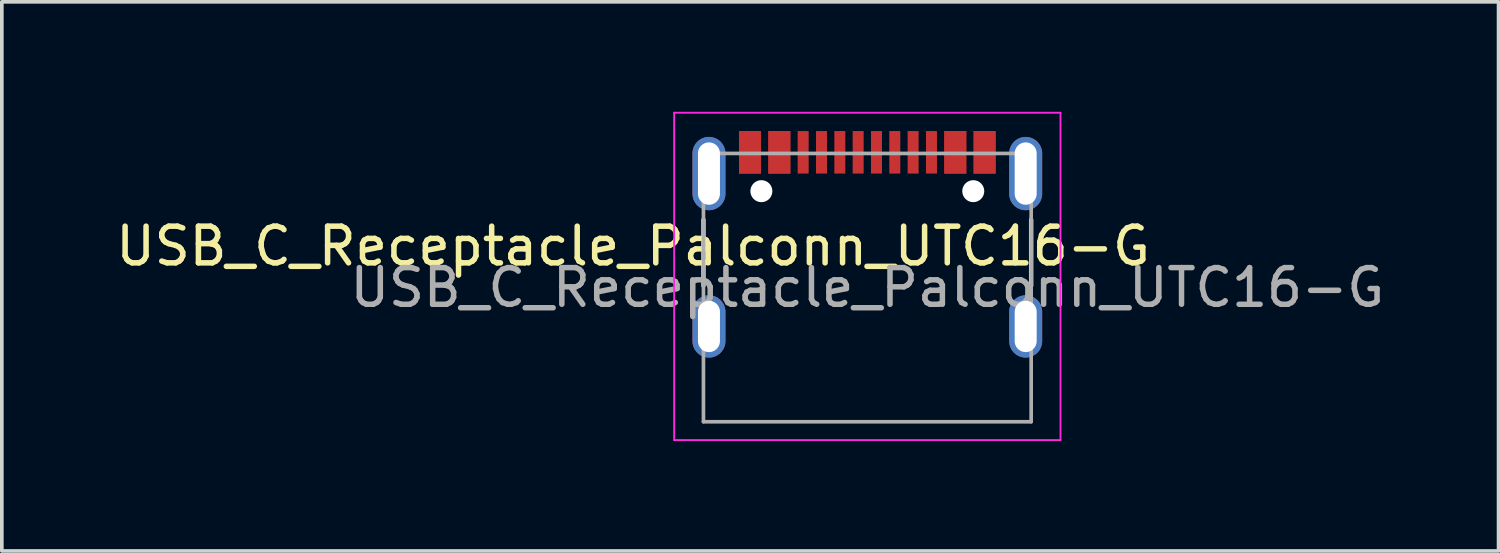
<source format=kicad_pcb>
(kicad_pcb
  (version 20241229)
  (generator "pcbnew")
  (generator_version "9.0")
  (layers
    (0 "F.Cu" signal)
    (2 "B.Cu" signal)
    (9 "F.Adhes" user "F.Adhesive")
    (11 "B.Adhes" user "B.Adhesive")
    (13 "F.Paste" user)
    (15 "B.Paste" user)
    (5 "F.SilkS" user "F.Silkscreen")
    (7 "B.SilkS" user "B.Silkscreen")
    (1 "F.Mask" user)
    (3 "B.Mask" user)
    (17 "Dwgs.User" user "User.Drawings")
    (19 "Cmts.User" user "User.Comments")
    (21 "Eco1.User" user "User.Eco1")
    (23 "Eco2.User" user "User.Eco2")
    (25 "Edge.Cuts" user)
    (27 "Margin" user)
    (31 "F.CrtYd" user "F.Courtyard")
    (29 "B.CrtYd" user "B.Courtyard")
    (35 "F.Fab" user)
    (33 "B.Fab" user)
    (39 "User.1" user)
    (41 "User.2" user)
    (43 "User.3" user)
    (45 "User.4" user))
  (footprint "USB_C_Receptacle_Palconn_UTC16-G"
    (layer "F.Cu")
    (at 20.61 3.615)
    (property "Reference" "USB_C_Receptacle_Palconn_UTC16-G" (at -6.39 0.05 180) (layer "F.SilkS") (effects (font (size 1 1) (thickness 0.15))))
    (attr smd)
    (fp_line (start -4.47 -0.67) (end -4.47 1.13) (stroke (width 0.12) (type solid)) (layer "F.SilkS"))
    (fp_line (start 4.47 -0.67) (end 4.47 1.13) (stroke (width 0.12) (type solid)) (layer "F.SilkS"))
    (fp_line (start -5.27 -3.59) (end -5.27 5.34) (stroke (width 0.05) (type solid)) (layer "F.CrtYd"))
    (fp_line (start -5.27 5.34) (end 5.27 5.34) (stroke (width 0.05) (type solid)) (layer "F.CrtYd"))
    (fp_line (start 5.27 -3.59) (end -5.27 -3.59) (stroke (width 0.05) (type solid)) (layer "F.CrtYd"))
    (fp_line (start 5.27 5.34) (end 5.27 -3.59) (stroke (width 0.05) (type solid)) (layer "F.CrtYd"))
    (fp_line (start -4.47 -2.48) (end -4.47 4.84) (stroke (width 0.1) (type solid)) (layer "F.Fab"))
    (fp_line (start -4.47 -2.48) (end 4.47 -2.48) (stroke (width 0.1) (type solid)) (layer "F.Fab"))
    (fp_line (start 4.47 -2.48) (end 4.47 4.84) (stroke (width 0.1) (type solid)) (layer "F.Fab"))
    (fp_line (start 4.47 4.84) (end -4.47 4.84) (stroke (width 0.1) (type solid)) (layer "F.Fab"))
    (fp_text user "${REFERENCE}" (at 0 1.18 180) (layer "F.Fab") (effects (font (size 1 1) (thickness 0.15))))
    (pad "" np_thru_hole circle (at -2.89 -1.45 180) (size 0.6 0.6) (drill 0.6) (layers "*.Cu" "*.Mask"))
    (pad "" np_thru_hole circle (at 2.89 -1.45 180) (size 0.6 0.6) (drill 0.6) (layers "*.Cu" "*.Mask"))
    (pad "A1" smd rect (at -3.2 -2.51) (size 0.6 1.16) (layers "F.Cu" "F.Mask" "F.Paste"))
    (pad "A4" smd rect (at -2.4 -2.51) (size 0.6 1.16) (layers "F.Cu" "F.Mask" "F.Paste"))
    (pad "A5" smd rect (at -1.25 -2.51 180) (size 0.3 1.16) (layers "F.Cu" "F.Mask" "F.Paste"))
    (pad "A6" smd rect (at -0.25 -2.51 180) (size 0.3 1.16) (layers "F.Cu" "F.Mask" "F.Paste"))
    (pad "A7" smd rect (at 0.25 -2.51 180) (size 0.3 1.16) (layers "F.Cu" "F.Mask" "F.Paste"))
    (pad "A8" smd rect (at 1.25 -2.51 180) (size 0.3 1.16) (layers "F.Cu" "F.Mask" "F.Paste"))
    (pad "A9" smd rect (at 2.4 -2.51) (size 0.6 1.16) (layers "F.Cu" "F.Mask" "F.Paste"))
    (pad "A12" smd rect (at 3.2 -2.51) (size 0.6 1.16) (layers "F.Cu" "F.Mask" "F.Paste"))
    (pad "B1" smd rect (at 3.2 -2.51) (size 0.6 1.16) (layers "F.Cu" "F.Mask" "F.Paste"))
    (pad "B4" smd rect (at 2.4 -2.51) (size 0.6 1.16) (layers "F.Cu" "F.Mask" "F.Paste"))
    (pad "B5" smd rect (at 1.75 -2.51 180) (size 0.3 1.16) (layers "F.Cu" "F.Mask" "F.Paste"))
    (pad "B6" smd rect (at 0.75 -2.51 180) (size 0.3 1.16) (layers "F.Cu" "F.Mask" "F.Paste"))
    (pad "B7" smd rect (at -0.75 -2.51 180) (size 0.3 1.16) (layers "F.Cu" "F.Mask" "F.Paste"))
    (pad "B8" smd rect (at -1.75 -2.51 180) (size 0.3 1.16) (layers "F.Cu" "F.Mask" "F.Paste"))
    (pad "B9" smd rect (at -2.4 -2.51) (size 0.6 1.16) (layers "F.Cu" "F.Mask" "F.Paste"))
    (pad "B12" smd rect (at -3.2 -2.51) (size 0.6 1.16) (layers "F.Cu" "F.Mask" "F.Paste"))
    (pad "S1" thru_hole oval (at -4.32 -1.93 90) (size 2 0.9) (drill oval 1.7 0.6) (layers "*.Cu" "*.Mask"))
    (pad "S1" thru_hole oval (at -4.32 2.24 90) (size 1.7 0.9) (drill oval 1.4 0.6) (layers "*.Cu" "*.Mask"))
    (pad "S1" thru_hole oval (at 4.32 -1.93 90) (size 2 0.9) (drill oval 1.7 0.6) (layers "*.Cu" "*.Mask"))
    (pad "S1" thru_hole oval (at 4.32 2.24 90) (size 1.7 0.9) (drill oval 1.4 0.6) (layers "*.Cu" "*.Mask")))
  (gr_rect
    (start -3 -3)
    (end 37.83 11.98)
    (stroke (width 0.1) (type default))
    (fill no)
    (layer "Edge.Cuts")))
</source>
